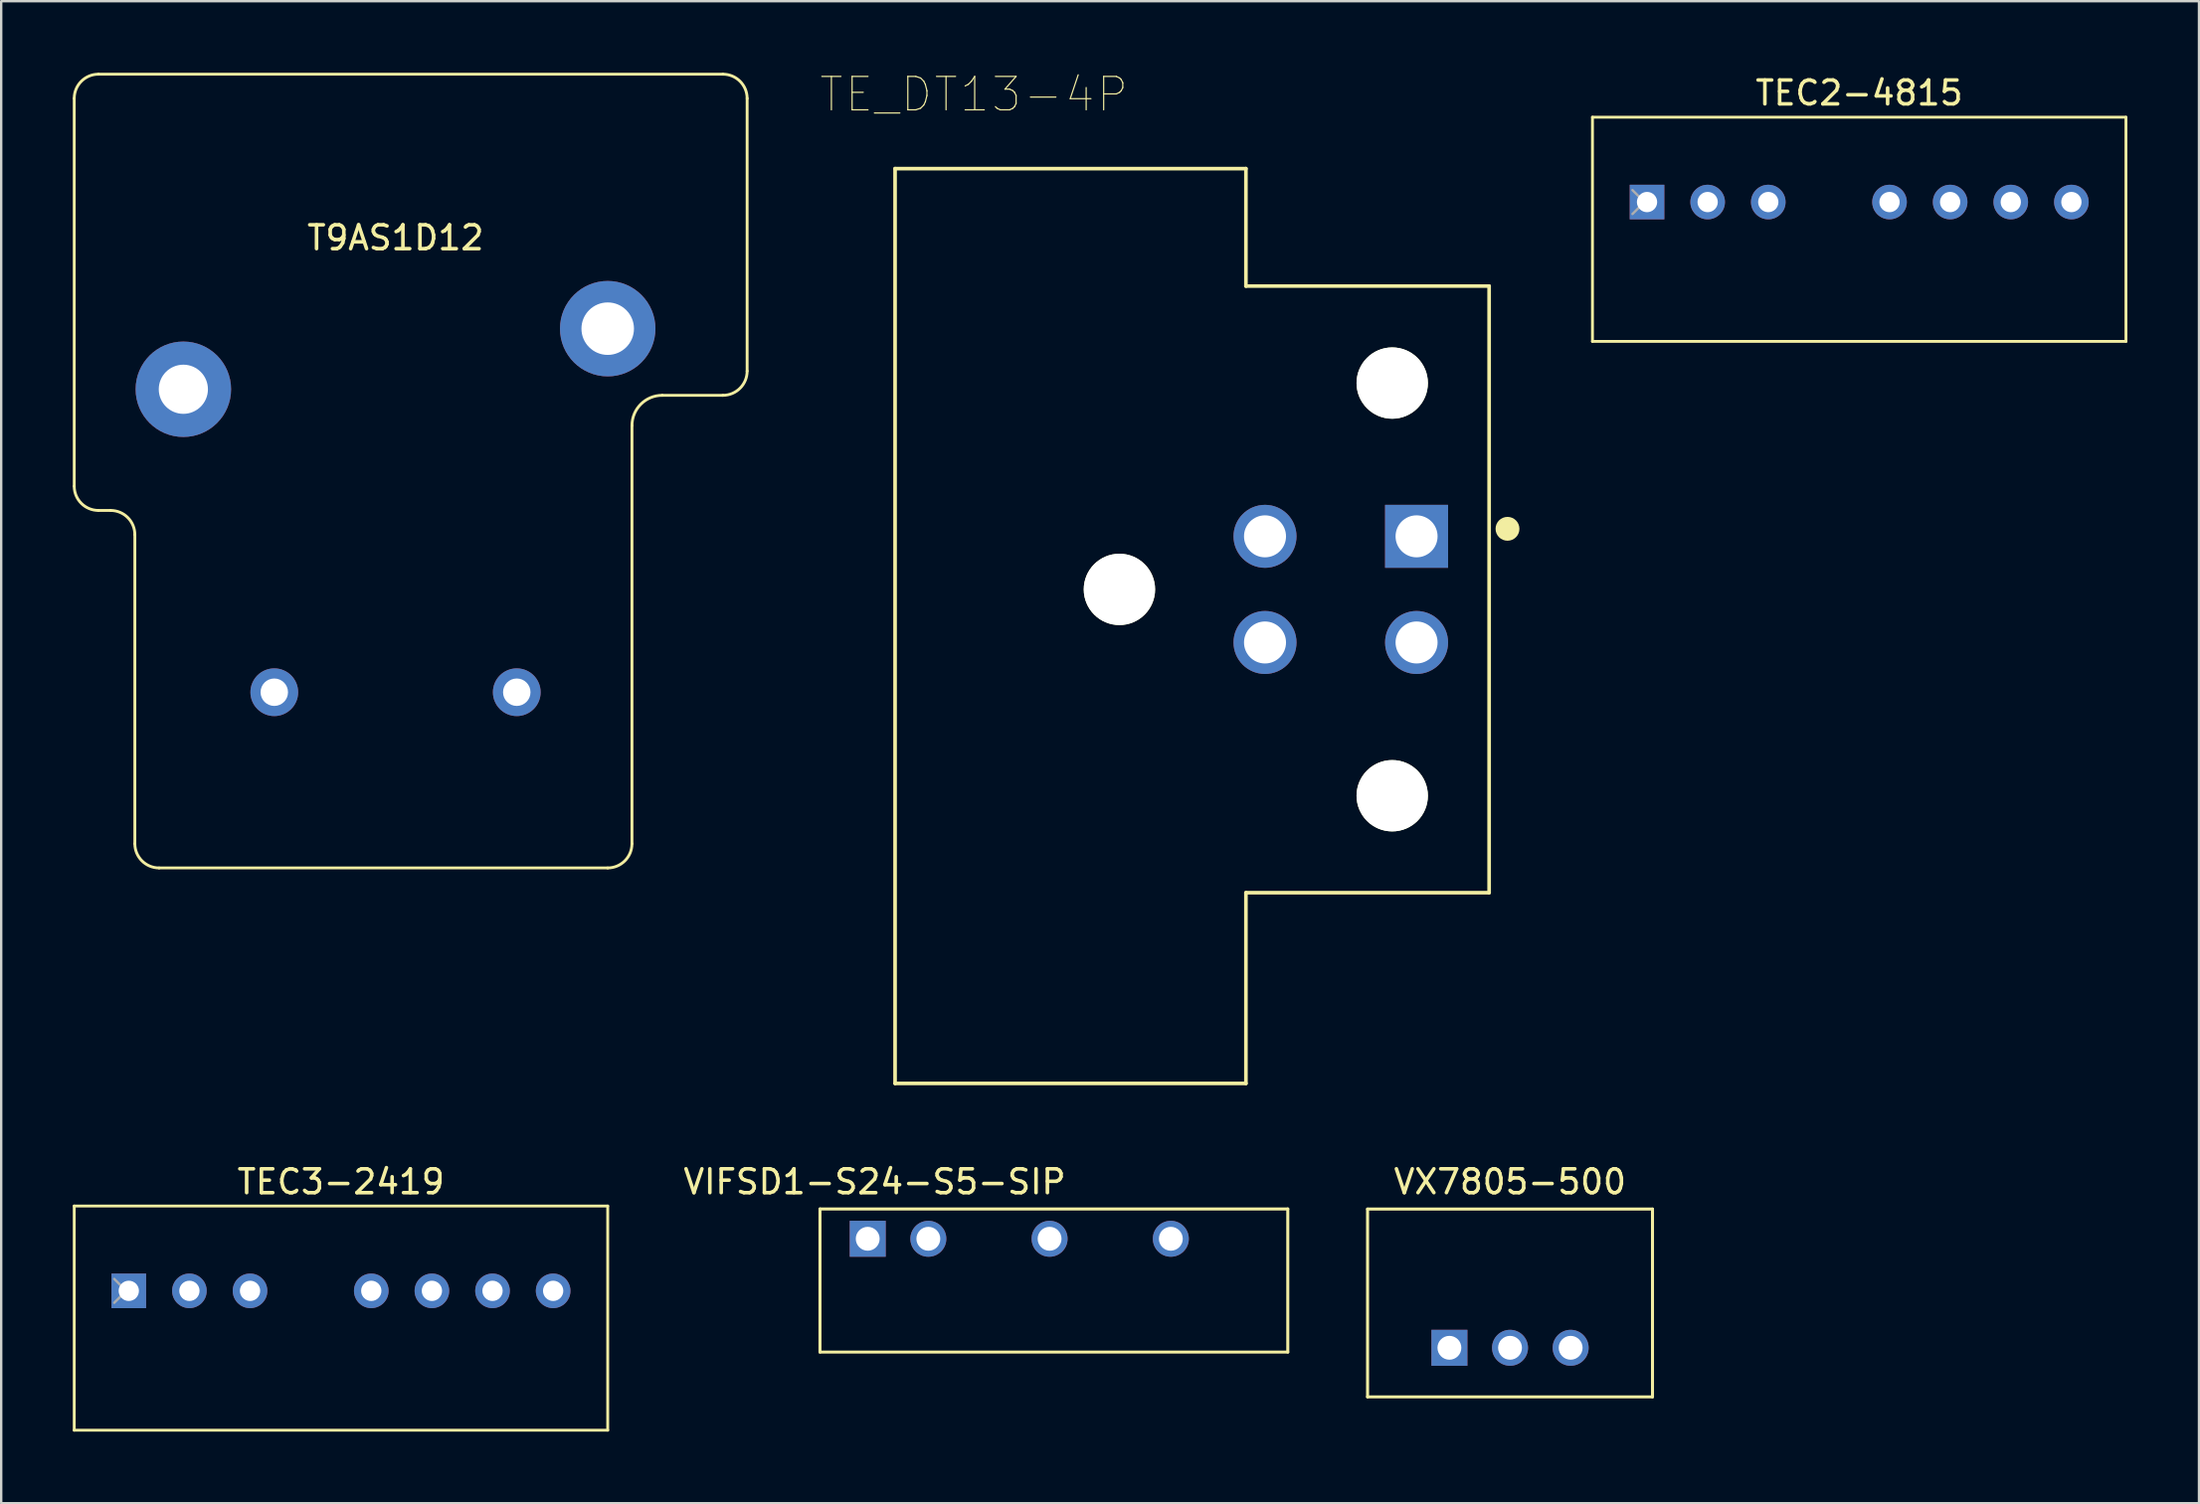
<source format=kicad_pcb>
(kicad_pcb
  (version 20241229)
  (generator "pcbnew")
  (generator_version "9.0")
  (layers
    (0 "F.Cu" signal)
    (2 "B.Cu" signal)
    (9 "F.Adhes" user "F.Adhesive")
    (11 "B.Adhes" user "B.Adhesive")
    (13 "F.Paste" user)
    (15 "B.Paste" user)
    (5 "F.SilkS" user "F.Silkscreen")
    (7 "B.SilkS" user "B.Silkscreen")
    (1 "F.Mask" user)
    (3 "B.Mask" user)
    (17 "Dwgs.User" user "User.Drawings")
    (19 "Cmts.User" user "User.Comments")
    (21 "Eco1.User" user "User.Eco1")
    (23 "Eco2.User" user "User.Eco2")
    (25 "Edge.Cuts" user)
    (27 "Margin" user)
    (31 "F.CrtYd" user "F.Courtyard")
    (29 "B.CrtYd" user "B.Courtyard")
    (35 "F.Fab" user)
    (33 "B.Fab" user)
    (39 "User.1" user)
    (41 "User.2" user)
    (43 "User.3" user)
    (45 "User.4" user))
  (footprint "TEC2-4815"
    (layer "F.Cu")
    (at 65.958 5.42)
    (property "Reference" "TEC2-4815" (at 8.89 -4.572 0) (layer "F.SilkS") (effects (font (size 1 1) (thickness 0.15))))
    (attr through_hole)
    (fp_line (start -2.286 5.842) (end -2.286 -3.556) (stroke (width 0.12) (type solid)) (layer "F.SilkS"))
    (fp_line (start 20.066 -3.556) (end -2.286 -3.556) (stroke (width 0.12) (type solid)) (layer "F.SilkS"))
    (fp_line (start 20.066 5.842) (end -2.286 5.842) (stroke (width 0.12) (type solid)) (layer "F.SilkS"))
    (fp_line (start 20.066 5.842) (end 20.066 -3.556) (stroke (width 0.12) (type solid)) (layer "F.SilkS"))
    (fp_line (start -0.61 -0.5) (end -0.11 0) (stroke (width 0.1) (type solid)) (layer "F.Fab"))
    (fp_line (start -0.11 0) (end -0.61 0.5) (stroke (width 0.1) (type solid)) (layer "F.Fab"))
    (pad "1" thru_hole rect (at 0 0 90) (size 1.45 1.45) (drill 0.85) (layers "*.Cu" "*.Mask"))
    (pad "2" thru_hole circle (at 2.54 0 90) (size 1.45 1.45) (drill 0.85) (layers "*.Cu" "*.Mask"))
    (pad "3" thru_hole circle (at 5.08 0 90) (size 1.45 1.45) (drill 0.85) (layers "*.Cu" "*.Mask"))
    (pad "5" thru_hole circle (at 10.16 0 90) (size 1.45 1.45) (drill 0.85) (layers "*.Cu" "*.Mask"))
    (pad "6" thru_hole circle (at 12.7 0 90) (size 1.45 1.45) (drill 0.85) (layers "*.Cu" "*.Mask"))
    (pad "7" thru_hole circle (at 15.24 0 90) (size 1.45 1.45) (drill 0.85) (layers "*.Cu" "*.Mask"))
    (pad "8" thru_hole circle (at 17.78 0 90) (size 1.45 1.45) (drill 0.85) (layers "*.Cu" "*.Mask")))
  (footprint "T9AS1D12"
    (layer "F.Cu")
    (at 13.522 13.268)
    (property "Reference" "T9AS1D12" (at 0 -6.35 0) (layer "F.SilkS") (effects (font (size 1 1) (thickness 0.15))))
    (attr through_hole)
    (fp_line (start -13.462 -12.192) (end -13.462 4.064) (stroke (width 0.12) (type solid)) (layer "F.SilkS"))
    (fp_line (start -12.446 -13.208) (end 13.716 -13.208) (stroke (width 0.12) (type solid)) (layer "F.SilkS"))
    (fp_line (start -12.446 5.08) (end -11.938 5.08) (stroke (width 0.12) (type solid)) (layer "F.SilkS"))
    (fp_line (start -10.922 19.05) (end -10.922 6.096) (stroke (width 0.12) (type solid)) (layer "F.SilkS"))
    (fp_line (start 8.89 20.066) (end -9.906 20.066) (stroke (width 0.12) (type solid)) (layer "F.SilkS"))
    (fp_line (start 9.906 1.524) (end 9.906 19.05) (stroke (width 0.12) (type solid)) (layer "F.SilkS"))
    (fp_line (start 13.716 0.254) (end 11.176 0.254) (stroke (width 0.12) (type solid)) (layer "F.SilkS"))
    (fp_line (start 14.732 -12.192) (end 14.732 -0.762) (stroke (width 0.12) (type solid)) (layer "F.SilkS"))
    (fp_arc (start -13.462 -12.192) (mid -13.16442 -12.91042) (end -12.446 -13.208) (stroke (width 0.12) (type solid)) (layer "F.SilkS"))
    (fp_arc (start -12.446 5.08) (mid -13.16442 4.78242) (end -13.462 4.064) (stroke (width 0.12) (type solid)) (layer "F.SilkS"))
    (fp_arc (start -11.938 5.08) (mid -11.21958 5.37758) (end -10.922 6.096) (stroke (width 0.12) (type solid)) (layer "F.SilkS"))
    (fp_arc (start -9.906 20.066) (mid -10.62442 19.76842) (end -10.922 19.05) (stroke (width 0.12) (type solid)) (layer "F.SilkS"))
    (fp_arc (start 9.906 1.524) (mid 10.277974 0.625974) (end 11.176 0.254) (stroke (width 0.12) (type solid)) (layer "F.SilkS"))
    (fp_arc (start 9.906 19.05) (mid 9.60842 19.76842) (end 8.89 20.066) (stroke (width 0.12) (type solid)) (layer "F.SilkS"))
    (fp_arc (start 13.716 -13.208) (mid 14.43442 -12.91042) (end 14.732 -12.192) (stroke (width 0.12) (type solid)) (layer "F.SilkS"))
    (fp_arc (start 14.732 -0.762) (mid 14.43442 -0.04358) (end 13.716 0.254) (stroke (width 0.12) (type solid)) (layer "F.SilkS"))
    (pad "1" thru_hole circle (at -5.08 12.7) (size 2 2) (drill 1.15) (layers "*.Cu" "*.Mask"))
    (pad "2" thru_hole circle (at 5.08 12.7) (size 2 2) (drill 1.15) (layers "*.Cu" "*.Mask"))
    (pad "3" thru_hole circle (at -8.89 0) (size 4 4) (drill 2.06) (layers "*.Cu" "*.Mask"))
    (pad "4" thru_hole circle (at 8.89 -2.54) (size 4 4) (drill 2.2) (layers "*.Cu" "*.Mask")))
  (footprint "VX7805-500"
    (layer "F.Cu")
    (at 60.218 51.825)
    (property "Reference" "VX7805-500" (at 0 -5.334 0) (layer "F.SilkS") (effects (font (size 1 1) (thickness 0.15))))
    (attr through_hole)
    (fp_line (start -5.969 -4.191) (end 5.969 -4.191) (stroke (width 0.127) (type solid)) (layer "F.SilkS"))
    (fp_line (start -5.969 3.683) (end -5.969 -4.191) (stroke (width 0.127) (type solid)) (layer "F.SilkS"))
    (fp_line (start 5.969 -4.191) (end 5.969 3.683) (stroke (width 0.127) (type solid)) (layer "F.SilkS"))
    (fp_line (start 5.969 3.683) (end -5.969 3.683) (stroke (width 0.127) (type solid)) (layer "F.SilkS"))
    (fp_line (start -6.223 -4.445) (end 6.223 -4.445) (stroke (width 0.05) (type solid)) (layer "Eco1.User"))
    (fp_line (start -6.223 3.937) (end -6.223 -4.445) (stroke (width 0.05) (type solid)) (layer "Eco1.User"))
    (fp_line (start 6.223 -4.445) (end 6.223 3.937) (stroke (width 0.05) (type solid)) (layer "Eco1.User"))
    (fp_line (start 6.223 3.937) (end -6.223 3.937) (stroke (width 0.05) (type solid)) (layer "Eco1.User"))
    (fp_circle (center -2.543 1.645) (end -2.443 1.645) (stroke (width 0.35) (type solid)) (fill no) (layer "Eco2.User"))
    (pad "1" thru_hole rect (at -2.54 1.625) (size 1.508 1.508) (drill 1) (layers "*.Cu" "*.Mask"))
    (pad "2" thru_hole circle (at 0 1.625) (size 1.508 1.508) (drill 1) (layers "*.Cu" "*.Mask"))
    (pad "3" thru_hole circle (at 2.54 1.625) (size 1.508 1.508) (drill 1) (layers "*.Cu" "*.Mask")))
  (footprint "TEC3-2419"
    (layer "F.Cu")
    (at 2.346 51.063)
    (property "Reference" "TEC3-2419" (at 8.89 -4.572 0) (layer "F.SilkS") (effects (font (size 1 1) (thickness 0.15))))
    (attr through_hole)
    (fp_line (start -2.286 5.842) (end -2.286 -3.556) (stroke (width 0.12) (type solid)) (layer "F.SilkS"))
    (fp_line (start 20.066 -3.556) (end -2.286 -3.556) (stroke (width 0.12) (type solid)) (layer "F.SilkS"))
    (fp_line (start 20.066 5.842) (end -2.286 5.842) (stroke (width 0.12) (type solid)) (layer "F.SilkS"))
    (fp_line (start 20.066 5.842) (end 20.066 -3.556) (stroke (width 0.12) (type solid)) (layer "F.SilkS"))
    (fp_line (start -0.61 -0.5) (end -0.11 0) (stroke (width 0.1) (type solid)) (layer "F.Fab"))
    (fp_line (start -0.11 0) (end -0.61 0.5) (stroke (width 0.1) (type solid)) (layer "F.Fab"))
    (pad "1" thru_hole rect (at 0 0 90) (size 1.45 1.45) (drill 0.85) (layers "*.Cu" "*.Mask"))
    (pad "2" thru_hole circle (at 2.54 0 90) (size 1.45 1.45) (drill 0.85) (layers "*.Cu" "*.Mask"))
    (pad "3" thru_hole circle (at 5.08 0 90) (size 1.45 1.45) (drill 0.85) (layers "*.Cu" "*.Mask"))
    (pad "5" thru_hole circle (at 10.16 0 90) (size 1.45 1.45) (drill 0.85) (layers "*.Cu" "*.Mask"))
    (pad "6" thru_hole circle (at 12.7 0 90) (size 1.45 1.45) (drill 0.85) (layers "*.Cu" "*.Mask"))
    (pad "7" thru_hole circle (at 15.24 0 90) (size 1.45 1.45) (drill 0.85) (layers "*.Cu" "*.Mask"))
    (pad "8" thru_hole circle (at 17.78 0 90) (size 1.45 1.45) (drill 0.85) (layers "*.Cu" "*.Mask")))
  (footprint "TE_DT13-4P"
    (layer "F.Cu")
    (at 49.952 21.658)
    (property "Reference" "TE_DT13-4P" (at -12.197 -20.75 0) (layer "F.SilkS") (effects (font (size 1.401 1.401) (thickness 0.05))))
    (attr through_hole)
    (fp_line (start -15.5 -17.64) (end -15.5 20.71) (stroke (width 0.152) (type solid)) (layer "F.SilkS"))
    (fp_line (start -15.5 20.71) (end -0.8 20.71) (stroke (width 0.152) (type solid)) (layer "F.SilkS"))
    (fp_line (start -0.8 -17.64) (end -15.5 -17.64) (stroke (width 0.152) (type solid)) (layer "F.SilkS"))
    (fp_line (start -0.8 -12.715) (end -0.8 -17.64) (stroke (width 0.152) (type solid)) (layer "F.SilkS"))
    (fp_line (start -0.8 -12.715) (end 9.39 -12.715) (stroke (width 0.152) (type solid)) (layer "F.SilkS"))
    (fp_line (start -0.8 20.71) (end -0.8 12.715) (stroke (width 0.152) (type solid)) (layer "F.SilkS"))
    (fp_line (start 9.39 -12.715) (end 9.39 12.715) (stroke (width 0.152) (type solid)) (layer "F.SilkS"))
    (fp_line (start 9.39 12.715) (end -0.8 12.715) (stroke (width 0.152) (type solid)) (layer "F.SilkS"))
    (fp_circle (center 10.16 -2.54) (end 10.41 -2.54) (stroke (width 0.5) (type solid)) (fill no) (layer "F.SilkS"))
    (fp_line (start -15.75 -17.89) (end -0.55 -17.89) (stroke (width 0.05) (type solid)) (layer "Eco1.User"))
    (fp_line (start -15.75 20.96) (end -15.75 -17.89) (stroke (width 0.05) (type solid)) (layer "Eco1.User"))
    (fp_line (start -0.55 -17.89) (end -0.55 -12.965) (stroke (width 0.05) (type solid)) (layer "Eco1.User"))
    (fp_line (start -0.55 -12.965) (end 9.64 -12.965) (stroke (width 0.05) (type solid)) (layer "Eco1.User"))
    (fp_line (start -0.55 12.965) (end -0.55 20.96) (stroke (width 0.05) (type solid)) (layer "Eco1.User"))
    (fp_line (start -0.55 20.96) (end -15.75 20.96) (stroke (width 0.05) (type solid)) (layer "Eco1.User"))
    (fp_line (start 9.64 -12.965) (end 9.64 12.965) (stroke (width 0.05) (type solid)) (layer "Eco1.User"))
    (fp_line (start 9.64 12.965) (end -0.55 12.965) (stroke (width 0.05) (type solid)) (layer "Eco1.User"))
    (fp_line (start -15.5 -17.64) (end -15.5 20.71) (stroke (width 0.152) (type solid)) (layer "Eco2.User"))
    (fp_line (start -15.5 20.71) (end -0.8 20.71) (stroke (width 0.152) (type solid)) (layer "Eco2.User"))
    (fp_line (start -0.8 -17.64) (end -15.5 -17.64) (stroke (width 0.152) (type solid)) (layer "Eco2.User"))
    (fp_line (start -0.8 -12.715) (end -0.8 -17.64) (stroke (width 0.152) (type solid)) (layer "Eco2.User"))
    (fp_line (start -0.8 -12.715) (end 9.39 -12.715) (stroke (width 0.152) (type solid)) (layer "Eco2.User"))
    (fp_line (start -0.8 20.71) (end -0.8 12.715) (stroke (width 0.152) (type solid)) (layer "Eco2.User"))
    (fp_line (start 9.39 -12.715) (end 9.39 12.715) (stroke (width 0.152) (type solid)) (layer "Eco2.User"))
    (fp_line (start 9.39 12.715) (end -0.8 12.715) (stroke (width 0.152) (type solid)) (layer "Eco2.User"))
    (pad "" np_thru_hole circle (at -6.1 0) (size 2.99 2.99) (drill 2.99) (layers "*.Cu" "*.Mask" "F.SilkS"))
    (pad "" np_thru_hole circle (at 5.33 -8.65) (size 2.99 2.99) (drill 2.99) (layers "*.Cu" "*.Mask" "F.SilkS"))
    (pad "" np_thru_hole circle (at 5.33 8.65) (size 2.99 2.99) (drill 2.99) (layers "*.Cu" "*.Mask" "F.SilkS"))
    (pad "1" thru_hole rect (at 6.35 -2.225) (size 2.64 2.64) (drill 1.76) (layers "*.Cu" "*.Mask"))
    (pad "2" thru_hole circle (at 6.35 2.225) (size 2.64 2.64) (drill 1.76) (layers "*.Cu" "*.Mask"))
    (pad "3" thru_hole circle (at 0 2.225) (size 2.64 2.64) (drill 1.76) (layers "*.Cu" "*.Mask"))
    (pad "4" thru_hole circle (at 0 -2.225) (size 2.64 2.64) (drill 1.76) (layers "*.Cu" "*.Mask")))
  (footprint "VIFSD1-S24-S5-SIP"
    (layer "F.Cu")
    (at 33.306 48.88)
    (property "Reference" "VIFSD1-S24-S5-SIP" (at 0.29 -2.389 0) (layer "F.SilkS") (effects (font (size 1 1) (thickness 0.15))))
    (attr through_hole)
    (fp_line (start -2 -1.25) (end 17.6 -1.25) (stroke (width 0.127) (type solid)) (layer "F.SilkS"))
    (fp_line (start -2 4.75) (end -2 -1.25) (stroke (width 0.127) (type solid)) (layer "F.SilkS"))
    (fp_line (start 17.6 -1.25) (end 17.6 4.75) (stroke (width 0.127) (type solid)) (layer "F.SilkS"))
    (fp_line (start 17.6 4.75) (end -2 4.75) (stroke (width 0.127) (type solid)) (layer "F.SilkS"))
    (fp_line (start -2 -1.25) (end 17.6 -1.25) (stroke (width 0.127) (type solid)) (layer "Eco2.User"))
    (fp_line (start -2 4.75) (end -2 -1.25) (stroke (width 0.127) (type solid)) (layer "Eco2.User"))
    (fp_line (start 17.6 -1.25) (end 17.6 4.75) (stroke (width 0.127) (type solid)) (layer "Eco2.User"))
    (fp_line (start 17.6 4.75) (end -2 4.75) (stroke (width 0.127) (type solid)) (layer "Eco2.User"))
    (fp_circle (center 0 0) (end 0.1 0) (stroke (width 0.3) (type solid)) (fill no) (layer "Eco2.User"))
    (pad "1" thru_hole rect (at 0 0) (size 1.508 1.508) (drill 1) (layers "*.Cu" "*.Mask"))
    (pad "2" thru_hole circle (at 2.54 0) (size 1.508 1.508) (drill 1) (layers "*.Cu" "*.Mask"))
    (pad "4" thru_hole circle (at 7.62 0) (size 1.508 1.508) (drill 1) (layers "*.Cu" "*.Mask"))
    (pad "6" thru_hole circle (at 12.7 0) (size 1.508 1.508) (drill 1) (layers "*.Cu" "*.Mask")))
  (gr_rect
    (start -3 -3)
    (end 89.084 59.965)
    (stroke (width 0.1) (type default))
    (fill no)
    (layer "Edge.Cuts")))
</source>
